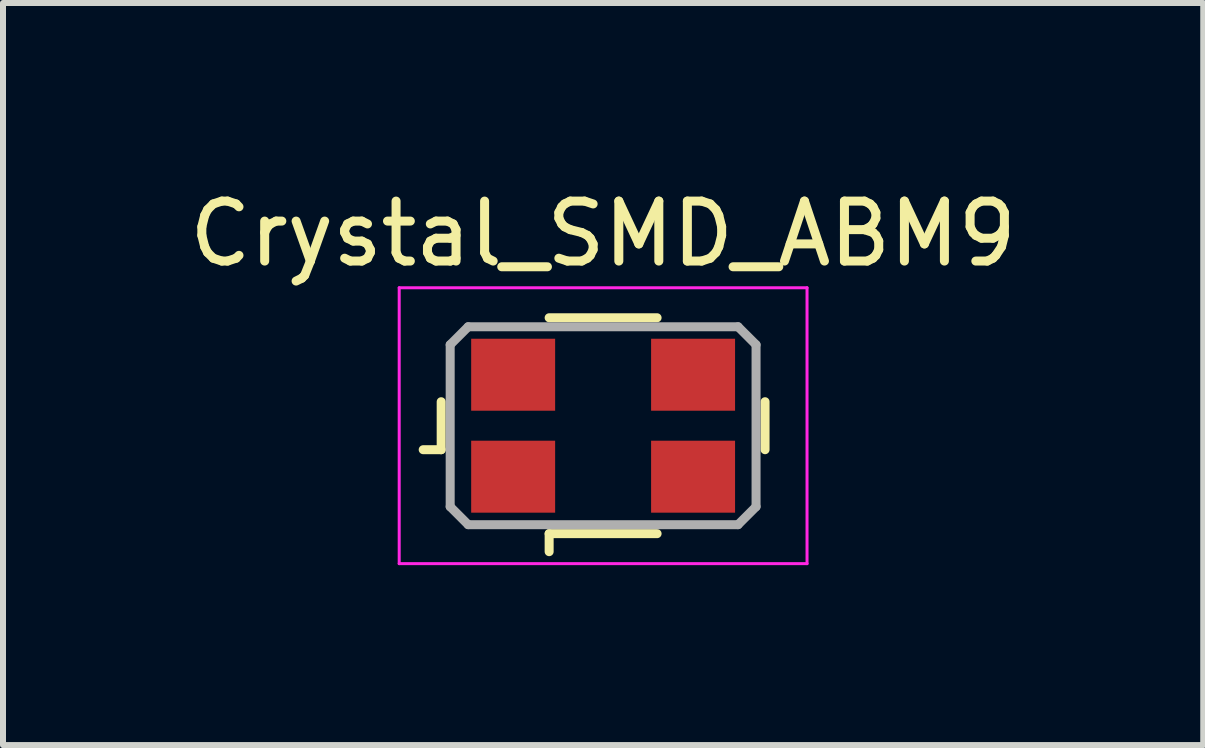
<source format=kicad_pcb>
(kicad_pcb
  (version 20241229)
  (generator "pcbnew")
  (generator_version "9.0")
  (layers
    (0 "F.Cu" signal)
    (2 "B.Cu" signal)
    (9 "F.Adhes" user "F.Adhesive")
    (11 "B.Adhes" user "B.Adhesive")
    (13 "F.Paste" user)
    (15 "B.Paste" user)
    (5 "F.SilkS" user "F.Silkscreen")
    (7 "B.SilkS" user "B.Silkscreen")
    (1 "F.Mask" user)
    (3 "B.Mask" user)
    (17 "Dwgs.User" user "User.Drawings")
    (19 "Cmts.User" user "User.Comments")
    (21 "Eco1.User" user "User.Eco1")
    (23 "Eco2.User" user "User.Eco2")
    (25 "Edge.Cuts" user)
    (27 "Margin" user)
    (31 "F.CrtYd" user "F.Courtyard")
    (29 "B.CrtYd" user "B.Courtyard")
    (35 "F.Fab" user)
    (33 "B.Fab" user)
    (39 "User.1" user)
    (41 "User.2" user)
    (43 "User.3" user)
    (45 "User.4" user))
  (footprint "Crystal_SMD_ABM9"
    (layer "F.Cu")
    (at 7.006 4.048)
    (property "Reference" "Crystal_SMD_ABM9" (at 0 -3.2 0) (layer "F.SilkS") (effects (font (size 1 1) (thickness 0.15))))
    (attr smd)
    (fp_line (start -2.7 -0.4) (end -2.7 0.4) (stroke (width 0.15) (type solid)) (layer "F.SilkS"))
    (fp_line (start -2.7 0.4) (end -3 0.4) (stroke (width 0.15) (type solid)) (layer "F.SilkS"))
    (fp_line (start -0.9 1.8) (end -0.9 2.1) (stroke (width 0.15) (type solid)) (layer "F.SilkS"))
    (fp_line (start -0.9 1.8) (end 0.9 1.8) (stroke (width 0.15) (type solid)) (layer "F.SilkS"))
    (fp_line (start 0.9 -1.8) (end -0.9 -1.8) (stroke (width 0.15) (type solid)) (layer "F.SilkS"))
    (fp_line (start 2.7 0.4) (end 2.7 -0.4) (stroke (width 0.15) (type solid)) (layer "F.SilkS"))
    (fp_line (start -3.4 -2.3) (end -3.4 2.3) (stroke (width 0.05) (type solid)) (layer "F.CrtYd"))
    (fp_line (start -3.4 2.3) (end 3.4 2.3) (stroke (width 0.05) (type solid)) (layer "F.CrtYd"))
    (fp_line (start 3.4 -2.3) (end -3.4 -2.3) (stroke (width 0.05) (type solid)) (layer "F.CrtYd"))
    (fp_line (start 3.4 2.3) (end 3.4 -2.3) (stroke (width 0.05) (type solid)) (layer "F.CrtYd"))
    (fp_line (start -2.55 -1.35) (end -2.55 1.35) (stroke (width 0.15) (type solid)) (layer "F.Fab"))
    (fp_line (start -2.55 -1.35) (end -2.25 -1.65) (stroke (width 0.15) (type solid)) (layer "F.Fab"))
    (fp_line (start -2.25 1.65) (end -2.55 1.35) (stroke (width 0.15) (type solid)) (layer "F.Fab"))
    (fp_line (start -2.25 1.65) (end 2.25 1.65) (stroke (width 0.15) (type solid)) (layer "F.Fab"))
    (fp_line (start 2.25 -1.65) (end -2.25 -1.65) (stroke (width 0.15) (type solid)) (layer "F.Fab"))
    (fp_line (start 2.25 -1.65) (end 2.55 -1.35) (stroke (width 0.15) (type solid)) (layer "F.Fab"))
    (fp_line (start 2.55 1.35) (end 2.25 1.65) (stroke (width 0.15) (type solid)) (layer "F.Fab"))
    (fp_line (start 2.55 1.35) (end 2.55 -1.35) (stroke (width 0.15) (type solid)) (layer "F.Fab"))
    (pad "1" smd rect (at -1.5 0.85) (size 1.4 1.2) (layers "F.Cu" "F.Mask" "F.Paste"))
    (pad "2" smd rect (at 1.5 0.85) (size 1.4 1.2) (layers "F.Cu" "F.Mask" "F.Paste"))
    (pad "3" smd rect (at 1.5 -0.85) (size 1.4 1.2) (layers "F.Cu" "F.Mask" "F.Paste"))
    (pad "4" smd rect (at -1.5 -0.85) (size 1.4 1.2) (layers "F.Cu" "F.Mask" "F.Paste")))
  (gr_rect
    (start -3 -3)
    (end 17.012 9.373)
    (stroke (width 0.1) (type default))
    (fill no)
    (layer "Edge.Cuts")))
</source>
